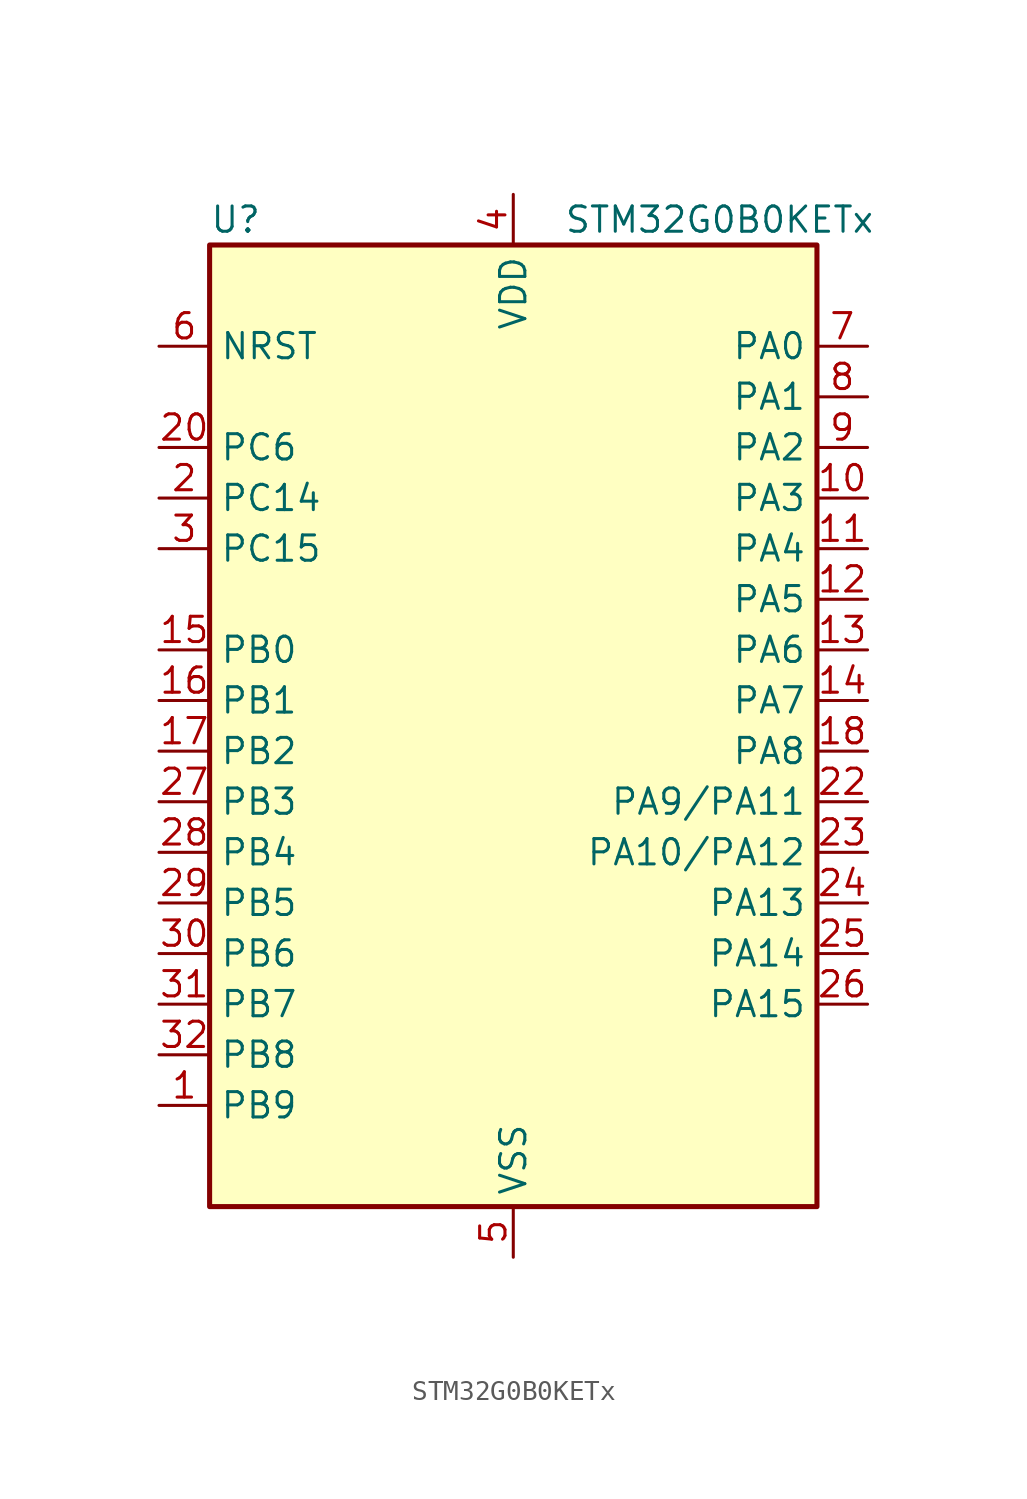
<source format=kicad_sym>
(kicad_symbol_lib
  (version 20241209)
  (generator "kicad_symbol_editor")
  (generator_version "9.0")
  (symbol "STM32G0B0KETx"
    (property "Reference" "U"
      (at -15.24 26.67 0)
      (effects (font (size 1.27 1.27)) (justify left)))
    (property "Value" "STM32G0B0KETx"
      (at 2.54 26.67 0)
      (effects (font (size 1.27 1.27)) (justify left)))
    (symbol "STM32G0B0KETx_0_1"
      (rectangle (start -15.24 -22.86) (end 15.24 25.4) (stroke (width 0.254) (type default)) (fill (type background))))
    (symbol "STM32G0B0KETx_1_1"
      (pin input line (at -17.78 20.32 0) (length 2.54) (name "NRST" (effects (font (size 1.27 1.27)))) (number "6" (effects (font (size 1.27 1.27)))))
      (pin bidirectional line (at -17.78 15.24 0) (length 2.54) (name "PC6" (effects (font (size 1.27 1.27)))) (number "20" (effects (font (size 1.27 1.27)))) (alternate "TIM3_CH1" bidirectional line))
      (pin bidirectional line (at -17.78 12.7 0) (length 2.54) (name "PC14" (effects (font (size 1.27 1.27)))) (number "2" (effects (font (size 1.27 1.27)))) (alternate "RCC_OSC32_IN" bidirectional line) (alternate "RCC_OSC_IN" bidirectional line) (alternate "TIM1_BK2" bidirectional line))
      (pin bidirectional line (at -17.78 10.16 0) (length 2.54) (name "PC15" (effects (font (size 1.27 1.27)))) (number "3" (effects (font (size 1.27 1.27)))) (alternate "RCC_OSC32_EN" bidirectional line) (alternate "RCC_OSC32_OUT" bidirectional line) (alternate "RCC_OSC_EN" bidirectional line) (alternate "TIM15_BK" bidirectional line))
      (pin bidirectional line (at -17.78 5.08 0) (length 2.54) (name "PB0" (effects (font (size 1.27 1.27)))) (number "15" (effects (font (size 1.27 1.27)))) (alternate "ADC1_IN8" bidirectional line) (alternate "I2S1_WS" bidirectional line) (alternate "SPI1_NSS" bidirectional line) (alternate "TIM1_CH2N" bidirectional line) (alternate "TIM3_CH3" bidirectional line) (alternate "USART3_RX" bidirectional line) (alternate "USART5_TX" bidirectional line))
      (pin bidirectional line (at -17.78 2.54 0) (length 2.54) (name "PB1" (effects (font (size 1.27 1.27)))) (number "16" (effects (font (size 1.27 1.27)))) (alternate "ADC1_IN9" bidirectional line) (alternate "TIM14_CH1" bidirectional line) (alternate "TIM1_CH3N" bidirectional line) (alternate "TIM3_CH4" bidirectional line) (alternate "USART3_CK" bidirectional line) (alternate "USART3_DE" bidirectional line) (alternate "USART3_RTS" bidirectional line) (alternate "USART5_RX" bidirectional line))
      (pin bidirectional line (at -17.78 0 0) (length 2.54) (name "PB2" (effects (font (size 1.27 1.27)))) (number "17" (effects (font (size 1.27 1.27)))) (alternate "ADC1_IN10" bidirectional line) (alternate "I2S2_MCK" bidirectional line) (alternate "RCC_MCO_2" bidirectional line) (alternate "SPI2_MISO" bidirectional line) (alternate "USART3_TX" bidirectional line))
      (pin bidirectional line (at -17.78 -2.54 0) (length 2.54) (name "PB3" (effects (font (size 1.27 1.27)))) (number "27" (effects (font (size 1.27 1.27)))) (alternate "I2C2_SCL" bidirectional line) (alternate "I2C3_SCL" bidirectional line) (alternate "I2S1_CK" bidirectional line) (alternate "SPI1_SCK" bidirectional line) (alternate "SPI3_SCK" bidirectional line) (alternate "TIM1_CH2" bidirectional line) (alternate "USART1_CK" bidirectional line) (alternate "USART1_DE" bidirectional line) (alternate "USART1_RTS" bidirectional line) (alternate "USART5_TX" bidirectional line))
      (pin bidirectional line (at -17.78 -5.08 0) (length 2.54) (name "PB4" (effects (font (size 1.27 1.27)))) (number "28" (effects (font (size 1.27 1.27)))) (alternate "I2C2_SDA" bidirectional line) (alternate "I2C3_SDA" bidirectional line) (alternate "I2S1_MCK" bidirectional line) (alternate "SPI1_MISO" bidirectional line) (alternate "SPI3_MISO" bidirectional line) (alternate "TIM17_BK" bidirectional line) (alternate "TIM3_CH1" bidirectional line) (alternate "USART1_CTS" bidirectional line) (alternate "USART1_NSS" bidirectional line) (alternate "USART5_RX" bidirectional line))
      (pin bidirectional line (at -17.78 -7.62 0) (length 2.54) (name "PB5" (effects (font (size 1.27 1.27)))) (number "29" (effects (font (size 1.27 1.27)))) (alternate "I2C1_SMBA" bidirectional line) (alternate "I2S1_SD" bidirectional line) (alternate "SPI1_MOSI" bidirectional line) (alternate "SPI3_MOSI" bidirectional line) (alternate "SYS_WKUP6" bidirectional line) (alternate "TIM16_BK" bidirectional line) (alternate "TIM3_CH2" bidirectional line) (alternate "USART5_CK" bidirectional line) (alternate "USART5_DE" bidirectional line) (alternate "USART5_RTS" bidirectional line))
      (pin bidirectional line (at -17.78 -10.16 0) (length 2.54) (name "PB6" (effects (font (size 1.27 1.27)))) (number "30" (effects (font (size 1.27 1.27)))) (alternate "I2C1_SCL" bidirectional line) (alternate "I2S2_MCK" bidirectional line) (alternate "SPI2_MISO" bidirectional line) (alternate "TIM16_CH1N" bidirectional line) (alternate "TIM1_CH3" bidirectional line) (alternate "TIM4_CH1" bidirectional line) (alternate "USART1_TX" bidirectional line) (alternate "USART5_CTS" bidirectional line) (alternate "USART5_NSS" bidirectional line))
      (pin bidirectional line (at -17.78 -12.7 0) (length 2.54) (name "PB7" (effects (font (size 1.27 1.27)))) (number "31" (effects (font (size 1.27 1.27)))) (alternate "I2C1_SDA" bidirectional line) (alternate "I2S2_SD" bidirectional line) (alternate "SPI2_MOSI" bidirectional line) (alternate "TIM17_CH1N" bidirectional line) (alternate "TIM4_CH2" bidirectional line) (alternate "USART1_RX" bidirectional line) (alternate "USART4_CTS" bidirectional line) (alternate "USART4_NSS" bidirectional line))
      (pin bidirectional line (at -17.78 -15.24 0) (length 2.54) (name "PB8" (effects (font (size 1.27 1.27)))) (number "32" (effects (font (size 1.27 1.27)))) (alternate "I2C1_SCL" bidirectional line) (alternate "I2S2_CK" bidirectional line) (alternate "SPI2_SCK" bidirectional line) (alternate "TIM15_BK" bidirectional line) (alternate "TIM16_CH1" bidirectional line) (alternate "TIM4_CH3" bidirectional line) (alternate "USART3_TX" bidirectional line) (alternate "USART6_TX" bidirectional line))
      (pin bidirectional line (at -17.78 -17.78 0) (length 2.54) (name "PB9" (effects (font (size 1.27 1.27)))) (number "1" (effects (font (size 1.27 1.27)))) (alternate "I2C1_SDA" bidirectional line) (alternate "I2S2_WS" bidirectional line) (alternate "IR_OUT" bidirectional line) (alternate "SPI2_NSS" bidirectional line) (alternate "TIM17_CH1" bidirectional line) (alternate "TIM4_CH4" bidirectional line) (alternate "USART3_RX" bidirectional line) (alternate "USART6_RX" bidirectional line))
      (pin no_connect line (at -15.24 -20.32 0) (length 2.54) (hide yes) (name "NC/PA10" (effects (font (size 1.27 1.27)))) (number "21" (effects (font (size 1.27 1.27)))) (alternate "I2C1_SDA (PA10)" bidirectional line) (alternate "I2C2_SDA (PA10)" bidirectional line) (alternate "I2S2_SD (PA10)" bidirectional line) (alternate "NC" bidirectional line) (alternate "PA10" bidirectional line) (alternate "RCC_MCO_2 (PA10)" bidirectional line) (alternate "SPI2_MOSI (PA10)" bidirectional line) (alternate "TIM17_BK (PA10)" bidirectional line) (alternate "TIM1_CH3 (PA10)" bidirectional line) (alternate "USART1_RX (PA10)" bidirectional line))
      (pin no_connect line (at -15.24 -22.86 0) (length 2.54) (hide yes) (name "NC/PA9" (effects (font (size 1.27 1.27)))) (number "19" (effects (font (size 1.27 1.27)))) (alternate "I2C1_SCL (PA9)" bidirectional line) (alternate "I2C2_SCL (PA9)" bidirectional line) (alternate "I2S2_MCK (PA9)" bidirectional line) (alternate "NC" bidirectional line) (alternate "PA9" bidirectional line) (alternate "RCC_MCO (PA9)" bidirectional line) (alternate "SPI2_MISO (PA9)" bidirectional line) (alternate "TIM15_BK (PA9)" bidirectional line) (alternate "TIM1_CH2 (PA9)" bidirectional line) (alternate "USART1_TX (PA9)" bidirectional line))
      (pin power_in line (at 0 27.94 270) (length 2.54) (name "VDD" (effects (font (size 1.27 1.27)))) (number "4" (effects (font (size 1.27 1.27)))))
      (pin power_in line (at 0 -25.4 90) (length 2.54) (name "VSS" (effects (font (size 1.27 1.27)))) (number "5" (effects (font (size 1.27 1.27)))))
      (pin bidirectional line (at 17.78 20.32 180) (length 2.54) (name "PA0" (effects (font (size 1.27 1.27)))) (number "7" (effects (font (size 1.27 1.27)))) (alternate "ADC1_IN0" bidirectional line) (alternate "I2S2_CK" bidirectional line) (alternate "RTC_TAMP_IN2" bidirectional line) (alternate "SPI2_SCK" bidirectional line) (alternate "SYS_WKUP1" bidirectional line) (alternate "USART2_CTS" bidirectional line) (alternate "USART2_NSS" bidirectional line) (alternate "USART4_TX" bidirectional line))
      (pin bidirectional line (at 17.78 17.78 180) (length 2.54) (name "PA1" (effects (font (size 1.27 1.27)))) (number "8" (effects (font (size 1.27 1.27)))) (alternate "ADC1_IN1" bidirectional line) (alternate "I2C1_SMBA" bidirectional line) (alternate "I2S1_CK" bidirectional line) (alternate "SPI1_SCK" bidirectional line) (alternate "TIM15_CH1N" bidirectional line) (alternate "USART2_CK" bidirectional line) (alternate "USART2_DE" bidirectional line) (alternate "USART2_RTS" bidirectional line) (alternate "USART4_RX" bidirectional line))
      (pin bidirectional line (at 17.78 15.24 180) (length 2.54) (name "PA2" (effects (font (size 1.27 1.27)))) (number "9" (effects (font (size 1.27 1.27)))) (alternate "ADC1_IN2" bidirectional line) (alternate "I2S1_SD" bidirectional line) (alternate "RCC_LSCO" bidirectional line) (alternate "SPI1_MOSI" bidirectional line) (alternate "SYS_WKUP4" bidirectional line) (alternate "TIM15_CH1" bidirectional line) (alternate "USART2_TX" bidirectional line))
      (pin bidirectional line (at 17.78 12.7 180) (length 2.54) (name "PA3" (effects (font (size 1.27 1.27)))) (number "10" (effects (font (size 1.27 1.27)))) (alternate "ADC1_IN3" bidirectional line) (alternate "I2S2_MCK" bidirectional line) (alternate "SPI2_MISO" bidirectional line) (alternate "TIM15_CH2" bidirectional line) (alternate "USART2_RX" bidirectional line))
      (pin bidirectional line (at 17.78 10.16 180) (length 2.54) (name "PA4" (effects (font (size 1.27 1.27)))) (number "11" (effects (font (size 1.27 1.27)))) (alternate "ADC1_IN4" bidirectional line) (alternate "I2S1_WS" bidirectional line) (alternate "I2S2_SD" bidirectional line) (alternate "RTC_OUT1" bidirectional line) (alternate "RTC_TAMP_IN1" bidirectional line) (alternate "RTC_TS" bidirectional line) (alternate "SPI1_NSS" bidirectional line) (alternate "SPI2_MOSI" bidirectional line) (alternate "SPI3_NSS" bidirectional line) (alternate "SYS_WKUP2" bidirectional line) (alternate "TIM14_CH1" bidirectional line) (alternate "USART6_TX" bidirectional line) (alternate "USB_NOE" bidirectional line))
      (pin bidirectional line (at 17.78 7.62 180) (length 2.54) (name "PA5" (effects (font (size 1.27 1.27)))) (number "12" (effects (font (size 1.27 1.27)))) (alternate "ADC1_IN5" bidirectional line) (alternate "I2S1_CK" bidirectional line) (alternate "SPI1_SCK" bidirectional line) (alternate "USART3_TX" bidirectional line) (alternate "USART6_RX" bidirectional line))
      (pin bidirectional line (at 17.78 5.08 180) (length 2.54) (name "PA6" (effects (font (size 1.27 1.27)))) (number "13" (effects (font (size 1.27 1.27)))) (alternate "ADC1_IN6" bidirectional line) (alternate "I2C2_SDA" bidirectional line) (alternate "I2C3_SDA" bidirectional line) (alternate "I2S1_MCK" bidirectional line) (alternate "SPI1_MISO" bidirectional line) (alternate "TIM16_CH1" bidirectional line) (alternate "TIM1_BK" bidirectional line) (alternate "TIM3_CH1" bidirectional line) (alternate "USART3_CTS" bidirectional line) (alternate "USART3_NSS" bidirectional line) (alternate "USART6_CTS" bidirectional line) (alternate "USART6_NSS" bidirectional line))
      (pin bidirectional line (at 17.78 2.54 180) (length 2.54) (name "PA7" (effects (font (size 1.27 1.27)))) (number "14" (effects (font (size 1.27 1.27)))) (alternate "ADC1_IN7" bidirectional line) (alternate "I2C2_SCL" bidirectional line) (alternate "I2C3_SCL" bidirectional line) (alternate "I2S1_SD" bidirectional line) (alternate "SPI1_MOSI" bidirectional line) (alternate "TIM14_CH1" bidirectional line) (alternate "TIM17_CH1" bidirectional line) (alternate "TIM1_CH1N" bidirectional line) (alternate "TIM3_CH2" bidirectional line) (alternate "USART6_CK" bidirectional line) (alternate "USART6_DE" bidirectional line) (alternate "USART6_RTS" bidirectional line))
      (pin bidirectional line (at 17.78 0 180) (length 2.54) (name "PA8" (effects (font (size 1.27 1.27)))) (number "18" (effects (font (size 1.27 1.27)))) (alternate "CRS1_SYNC" bidirectional line) (alternate "I2C2_SMBA" bidirectional line) (alternate "I2S2_WS" bidirectional line) (alternate "RCC_MCO" bidirectional line) (alternate "SPI2_NSS" bidirectional line) (alternate "TIM1_CH1" bidirectional line))
      (pin bidirectional line (at 17.78 -2.54 180) (length 2.54) (name "PA9/PA11" (effects (font (size 1.27 1.27)))) (number "22" (effects (font (size 1.27 1.27)))) (alternate "ADC1_EXTI11 (PA11)" bidirectional line) (alternate "I2C1_SCL (PA9)" bidirectional line) (alternate "I2C2_SCL (PA11)" bidirectional line) (alternate "I2C2_SCL (PA9)" bidirectional line) (alternate "I2S1_MCK (PA11)" bidirectional line) (alternate "I2S2_MCK (PA9)" bidirectional line) (alternate "PA11" bidirectional line) (alternate "PA9" bidirectional line) (alternate "RCC_MCO (PA9)" bidirectional line) (alternate "SPI1_MISO (PA11)" bidirectional line) (alternate "SPI2_MISO (PA9)" bidirectional line) (alternate "TIM15_BK (PA9)" bidirectional line) (alternate "TIM1_BK2 (PA11)" bidirectional line) (alternate "TIM1_CH2 (PA9)" bidirectional line) (alternate "TIM1_CH4 (PA11)" bidirectional line) (alternate "USART1_CTS (PA11)" bidirectional line) (alternate "USART1_NSS (PA11)" bidirectional line) (alternate "USART1_TX (PA9)" bidirectional line) (alternate "USB_DM (PA11)" bidirectional line))
      (pin bidirectional line (at 17.78 -5.08 180) (length 2.54) (name "PA10/PA12" (effects (font (size 1.27 1.27)))) (number "23" (effects (font (size 1.27 1.27)))) (alternate "I2C1_SDA (PA10)" bidirectional line) (alternate "I2C2_SDA (PA10)" bidirectional line) (alternate "I2C2_SDA (PA12)" bidirectional line) (alternate "I2S1_SD (PA12)" bidirectional line) (alternate "I2S2_SD (PA10)" bidirectional line) (alternate "I2S_CKIN (PA12)" bidirectional line) (alternate "PA10" bidirectional line) (alternate "PA12" bidirectional line) (alternate "RCC_MCO_2 (PA10)" bidirectional line) (alternate "SPI1_MOSI (PA12)" bidirectional line) (alternate "SPI2_MOSI (PA10)" bidirectional line) (alternate "TIM17_BK (PA10)" bidirectional line) (alternate "TIM1_CH3 (PA10)" bidirectional line) (alternate "TIM1_ETR (PA12)" bidirectional line) (alternate "USART1_CK (PA12)" bidirectional line) (alternate "USART1_DE (PA12)" bidirectional line) (alternate "USART1_RTS (PA12)" bidirectional line) (alternate "USART1_RX (PA10)" bidirectional line) (alternate "USB_DP (PA12)" bidirectional line))
      (pin bidirectional line (at 17.78 -7.62 180) (length 2.54) (name "PA13" (effects (font (size 1.27 1.27)))) (number "24" (effects (font (size 1.27 1.27)))) (alternate "IR_OUT" bidirectional line) (alternate "SYS_SWDIO" bidirectional line) (alternate "USB_NOE" bidirectional line))
      (pin bidirectional line (at 17.78 -10.16 180) (length 2.54) (name "PA14" (effects (font (size 1.27 1.27)))) (number "25" (effects (font (size 1.27 1.27)))) (alternate "SYS_SWCLK" bidirectional line) (alternate "USART2_TX" bidirectional line))
      (pin bidirectional line (at 17.78 -12.7 180) (length 2.54) (name "PA15" (effects (font (size 1.27 1.27)))) (number "26" (effects (font (size 1.27 1.27)))) (alternate "I2C2_SMBA" bidirectional line) (alternate "I2S1_WS" bidirectional line) (alternate "RCC_MCO_2" bidirectional line) (alternate "SPI1_NSS" bidirectional line) (alternate "SPI3_NSS" bidirectional line) (alternate "USART2_RX" bidirectional line) (alternate "USART3_CK" bidirectional line) (alternate "USART3_DE" bidirectional line) (alternate "USART3_RTS" bidirectional line) (alternate "USART4_CK" bidirectional line) (alternate "USART4_DE" bidirectional line) (alternate "USART4_RTS" bidirectional line) (alternate "USB_NOE" bidirectional line)))))
</source>
